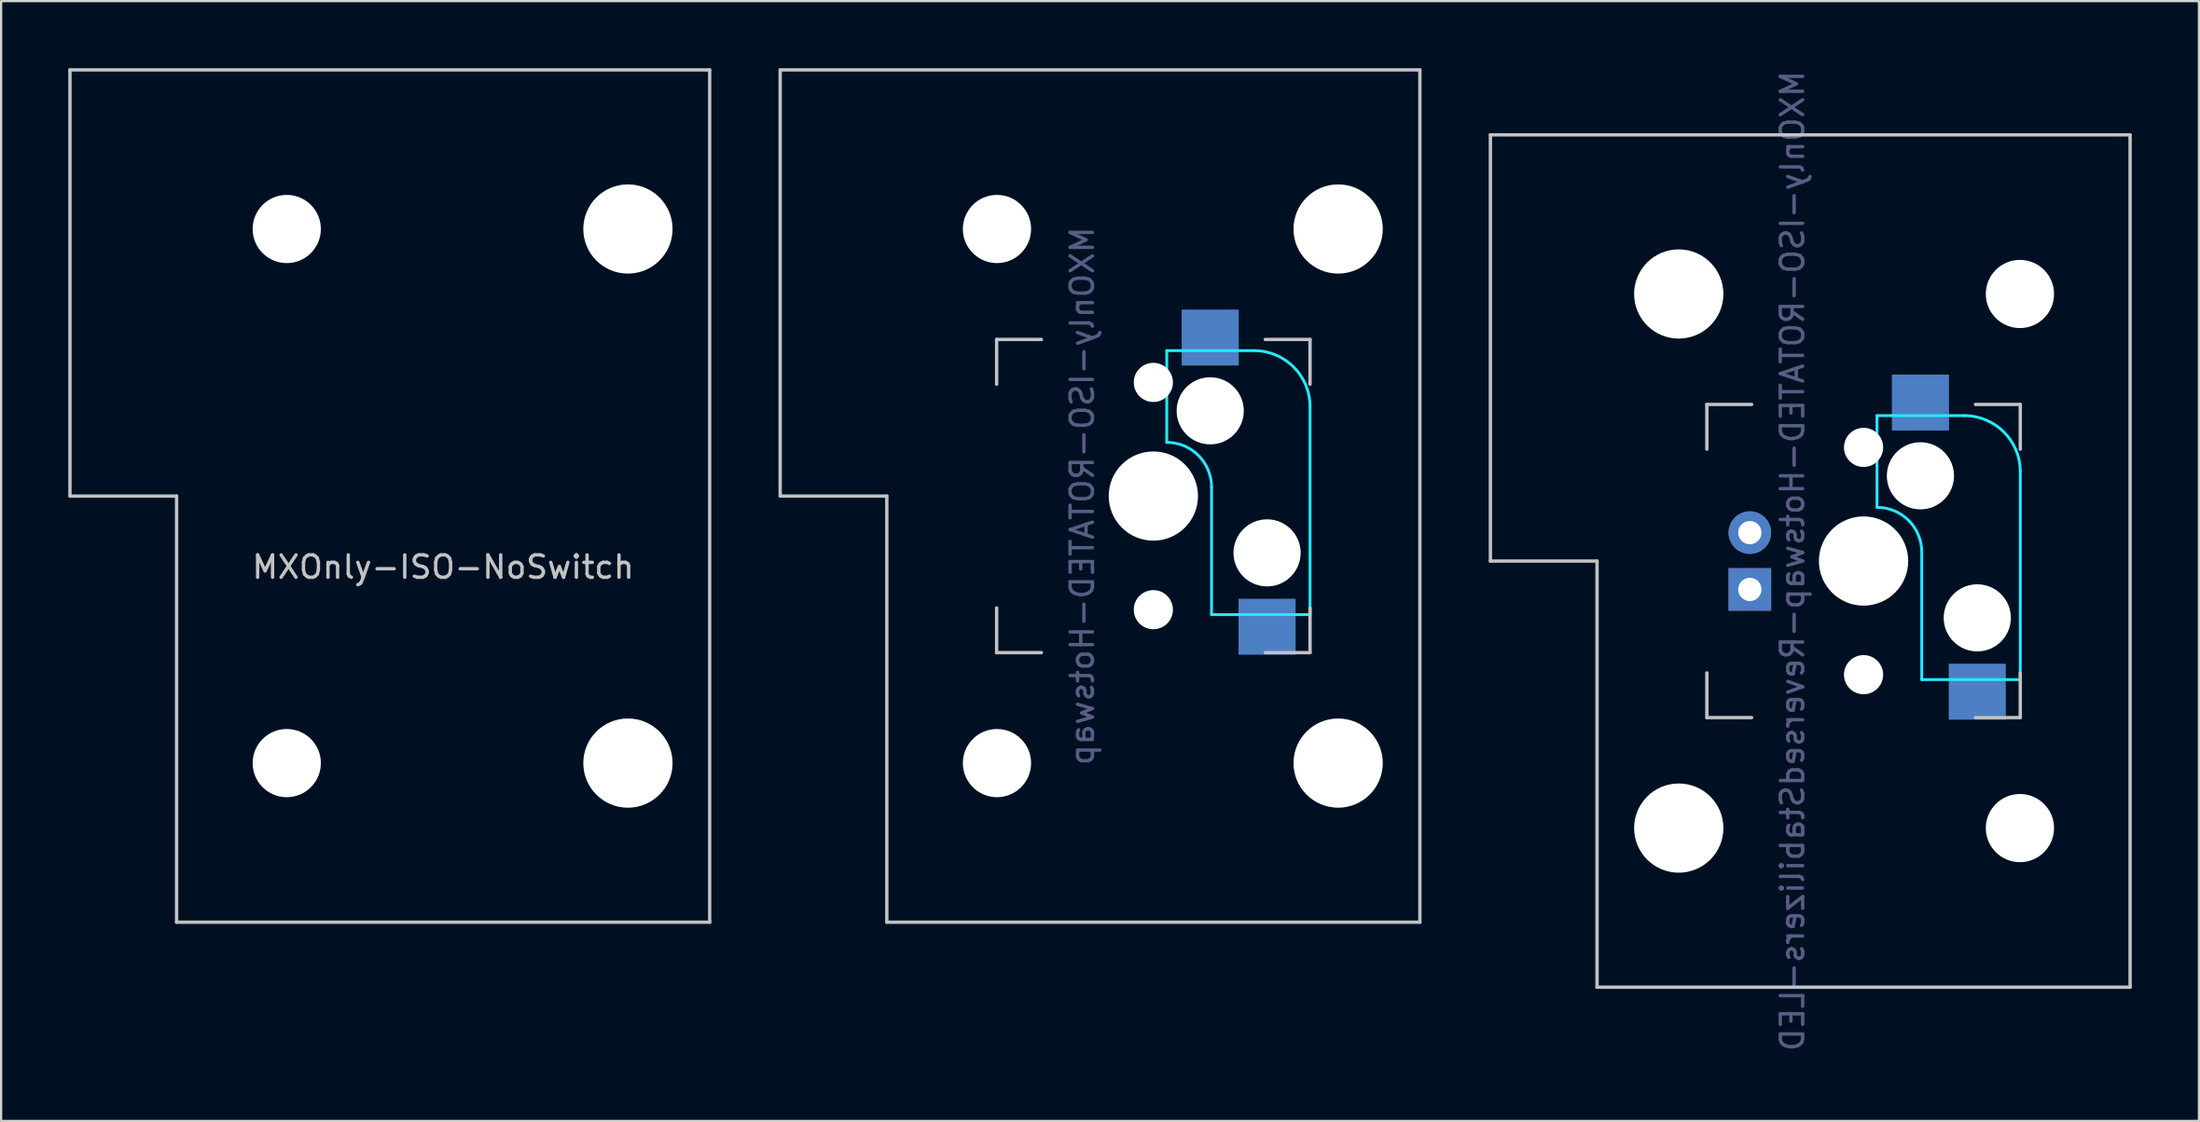
<source format=kicad_pcb>
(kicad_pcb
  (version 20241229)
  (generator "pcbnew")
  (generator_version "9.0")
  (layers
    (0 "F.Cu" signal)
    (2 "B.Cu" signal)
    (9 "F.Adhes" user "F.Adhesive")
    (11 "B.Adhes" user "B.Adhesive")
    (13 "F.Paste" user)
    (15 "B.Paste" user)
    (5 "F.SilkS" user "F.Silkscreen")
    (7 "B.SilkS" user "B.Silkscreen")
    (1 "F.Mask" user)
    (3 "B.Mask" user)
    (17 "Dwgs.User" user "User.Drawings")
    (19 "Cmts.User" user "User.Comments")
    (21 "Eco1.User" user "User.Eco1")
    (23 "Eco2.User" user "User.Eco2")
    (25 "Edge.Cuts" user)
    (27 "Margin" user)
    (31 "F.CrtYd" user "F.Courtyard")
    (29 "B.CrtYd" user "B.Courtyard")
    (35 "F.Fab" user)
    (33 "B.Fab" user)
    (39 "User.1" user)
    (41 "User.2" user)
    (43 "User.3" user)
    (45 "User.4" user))
  (footprint "MXOnly-ISO-NoSwitch"
    (layer "F.Cu")
    (at 16.744 19.125)
    (property "Reference" "MXOnly-ISO-NoSwitch" (at 0 3.175 0) (layer "Dwgs.User") (effects (font (size 1 1) (thickness 0.15))))
    (attr through_hole)
    (fp_line (start -16.669 -19.05) (end -16.669 0) (stroke (width 0.15) (type solid)) (layer "Dwgs.User"))
    (fp_line (start -16.669 -19.05) (end 11.906 -19.05) (stroke (width 0.15) (type solid)) (layer "Dwgs.User"))
    (fp_line (start -11.906 0) (end -16.669 0) (stroke (width 0.15) (type solid)) (layer "Dwgs.User"))
    (fp_line (start -11.906 19.05) (end -11.906 0) (stroke (width 0.15) (type solid)) (layer "Dwgs.User"))
    (fp_line (start -11.906 19.05) (end 11.906 19.05) (stroke (width 0.15) (type solid)) (layer "Dwgs.User"))
    (fp_line (start 11.906 -19.05) (end 11.906 19.05) (stroke (width 0.15) (type solid)) (layer "Dwgs.User"))
    (pad "" np_thru_hole circle (at -6.985 -11.938) (size 3.048 3.048) (drill 3.048) (layers "*.Cu" "*.Mask"))
    (pad "" np_thru_hole circle (at -6.985 11.938) (size 3.048 3.048) (drill 3.048) (layers "*.Cu" "*.Mask"))
    (pad "" np_thru_hole circle (at 8.255 -11.938) (size 3.988 3.988) (drill 3.988) (layers "*.Cu" "*.Mask"))
    (pad "" np_thru_hole circle (at 8.255 11.938) (size 3.988 3.988) (drill 3.988) (layers "*.Cu" "*.Mask")))
  (footprint "MXOnly-ISO-ROTATED-Hotswap-ReversedStabilizers-LED"
    (layer "F.Cu")
    (at 80.194 22.03)
    (property "Reference" "MXOnly-ISO-ROTATED-Hotswap-ReversedStabilizers-LED" (at -3.175 0 90) (layer "B.Fab") (effects (font (size 1 1) (thickness 0.15)) (justify mirror)))
    (attr through_hole)
    (fp_line (start -16.669 -19.05) (end -16.669 0) (stroke (width 0.15) (type solid)) (layer "Dwgs.User"))
    (fp_line (start -16.669 -19.05) (end 11.906 -19.05) (stroke (width 0.15) (type solid)) (layer "Dwgs.User"))
    (fp_line (start -11.906 0) (end -16.669 0) (stroke (width 0.15) (type solid)) (layer "Dwgs.User"))
    (fp_line (start -11.906 19.05) (end -11.906 0) (stroke (width 0.15) (type solid)) (layer "Dwgs.User"))
    (fp_line (start -11.906 19.05) (end 11.906 19.05) (stroke (width 0.15) (type solid)) (layer "Dwgs.User"))
    (fp_line (start -7 -7) (end -7 -5) (stroke (width 0.15) (type solid)) (layer "Dwgs.User"))
    (fp_line (start -7 5) (end -7 7) (stroke (width 0.15) (type solid)) (layer "Dwgs.User"))
    (fp_line (start -7 7) (end -5 7) (stroke (width 0.15) (type solid)) (layer "Dwgs.User"))
    (fp_line (start -5 -7) (end -7 -7) (stroke (width 0.15) (type solid)) (layer "Dwgs.User"))
    (fp_line (start 5 -7) (end 7 -7) (stroke (width 0.15) (type solid)) (layer "Dwgs.User"))
    (fp_line (start 5 7) (end 7 7) (stroke (width 0.15) (type solid)) (layer "Dwgs.User"))
    (fp_line (start 7 -7) (end 7 -5) (stroke (width 0.15) (type solid)) (layer "Dwgs.User"))
    (fp_line (start 7 7) (end 7 5) (stroke (width 0.15) (type solid)) (layer "Dwgs.User"))
    (fp_line (start 11.906 -19.05) (end 11.906 19.05) (stroke (width 0.15) (type solid)) (layer "Dwgs.User"))
    (fp_line (start 0.6 -6.5) (end 0.6 -2.4) (stroke (width 0.127) (type solid)) (layer "B.CrtYd"))
    (fp_line (start 2.6 -0.4) (end 2.6 5.3) (stroke (width 0.127) (type solid)) (layer "B.CrtYd"))
    (fp_line (start 4.5 -6.5) (end 0.6 -6.5) (stroke (width 0.127) (type solid)) (layer "B.CrtYd"))
    (fp_line (start 7 5.3) (end 2.6 5.3) (stroke (width 0.127) (type solid)) (layer "B.CrtYd"))
    (fp_line (start 7 5.3) (end 7 -4) (stroke (width 0.127) (type solid)) (layer "B.CrtYd"))
    (fp_arc (start 0.6 -2.4) (mid 2.014214 -1.814214) (end 2.6 -0.4) (stroke (width 0.127) (type solid)) (layer "B.CrtYd"))
    (fp_arc (start 4.5 -6.5) (mid 6.267767 -5.767767) (end 7 -4) (stroke (width 0.127) (type solid)) (layer "B.CrtYd"))
    (pad "" np_thru_hole circle (at -8.255 -11.938) (size 3.988 3.988) (drill 3.988) (layers "*.Cu" "*.Mask"))
    (pad "" np_thru_hole circle (at -8.255 11.938) (size 3.988 3.988) (drill 3.988) (layers "*.Cu" "*.Mask"))
    (pad "" np_thru_hole circle (at 0 -5.08 48.1) (size 1.75 1.75) (drill 1.75) (layers "*.Cu" "*.Mask"))
    (pad "" np_thru_hole circle (at 0 0) (size 3.988 3.988) (drill 3.988) (layers "*.Cu" "*.Mask"))
    (pad "" np_thru_hole circle (at 0 5.08 48.1) (size 1.75 1.75) (drill 1.75) (layers "*.Cu" "*.Mask"))
    (pad "" np_thru_hole circle (at 2.54 -3.81 270) (size 3 3) (drill 3) (layers "*.Cu" "*.Mask"))
    (pad "" np_thru_hole circle (at 5.08 2.54 270) (size 3 3) (drill 3) (layers "*.Cu" "*.Mask"))
    (pad "" np_thru_hole circle (at 6.985 -11.938) (size 3.048 3.048) (drill 3.048) (layers "*.Cu" "*.Mask"))
    (pad "" np_thru_hole circle (at 6.985 11.938) (size 3.048 3.048) (drill 3.048) (layers "*.Cu" "*.Mask"))
    (pad "1" smd rect (at 2.54 -7.085) (size 2.55 2.5) (layers "B.Cu" "B.Mask" "B.Paste"))
    (pad "2" smd rect (at 5.08 5.842) (size 2.55 2.5) (layers "B.Cu" "B.Mask" "B.Paste"))
    (pad "3" thru_hole circle (at -5.08 -1.27) (size 1.905 1.905) (drill 1.04) (layers "*.Cu" "B.Mask"))
    (pad "4" thru_hole rect (at -5.08 1.27) (size 1.905 1.905) (drill 1.04) (layers "*.Cu" "B.Mask")))
  (footprint "MXOnly-ISO-ROTATED-Hotswap"
    (layer "F.Cu")
    (at 48.469 19.125)
    (property "Reference" "MXOnly-ISO-ROTATED-Hotswap" (at -3.175 0 270) (layer "B.Fab") (effects (font (size 1 1) (thickness 0.15)) (justify mirror)))
    (attr through_hole)
    (fp_line (start -16.669 -19.05) (end -16.669 0) (stroke (width 0.15) (type solid)) (layer "Dwgs.User"))
    (fp_line (start -16.669 -19.05) (end 11.906 -19.05) (stroke (width 0.15) (type solid)) (layer "Dwgs.User"))
    (fp_line (start -11.906 0) (end -16.669 0) (stroke (width 0.15) (type solid)) (layer "Dwgs.User"))
    (fp_line (start -11.906 19.05) (end -11.906 0) (stroke (width 0.15) (type solid)) (layer "Dwgs.User"))
    (fp_line (start -11.906 19.05) (end 11.906 19.05) (stroke (width 0.15) (type solid)) (layer "Dwgs.User"))
    (fp_line (start -7 -7) (end -7 -5) (stroke (width 0.15) (type solid)) (layer "Dwgs.User"))
    (fp_line (start -7 5) (end -7 7) (stroke (width 0.15) (type solid)) (layer "Dwgs.User"))
    (fp_line (start -7 7) (end -5 7) (stroke (width 0.15) (type solid)) (layer "Dwgs.User"))
    (fp_line (start -5 -7) (end -7 -7) (stroke (width 0.15) (type solid)) (layer "Dwgs.User"))
    (fp_line (start 5 -7) (end 7 -7) (stroke (width 0.15) (type solid)) (layer "Dwgs.User"))
    (fp_line (start 5 7) (end 7 7) (stroke (width 0.15) (type solid)) (layer "Dwgs.User"))
    (fp_line (start 7 -7) (end 7 -5) (stroke (width 0.15) (type solid)) (layer "Dwgs.User"))
    (fp_line (start 7 7) (end 7 5) (stroke (width 0.15) (type solid)) (layer "Dwgs.User"))
    (fp_line (start 11.906 -19.05) (end 11.906 19.05) (stroke (width 0.15) (type solid)) (layer "Dwgs.User"))
    (fp_line (start 0.6 -6.5) (end 0.6 -2.4) (stroke (width 0.127) (type solid)) (layer "B.CrtYd"))
    (fp_line (start 2.6 -0.4) (end 2.6 5.3) (stroke (width 0.127) (type solid)) (layer "B.CrtYd"))
    (fp_line (start 4.5 -6.5) (end 0.6 -6.5) (stroke (width 0.127) (type solid)) (layer "B.CrtYd"))
    (fp_line (start 7 5.3) (end 2.6 5.3) (stroke (width 0.127) (type solid)) (layer "B.CrtYd"))
    (fp_line (start 7 5.3) (end 7 -4) (stroke (width 0.127) (type solid)) (layer "B.CrtYd"))
    (fp_arc (start 0.6 -2.4) (mid 2.014214 -1.814214) (end 2.6 -0.4) (stroke (width 0.127) (type solid)) (layer "B.CrtYd"))
    (fp_arc (start 4.5 -6.5) (mid 6.267767 -5.767767) (end 7 -4) (stroke (width 0.127) (type solid)) (layer "B.CrtYd"))
    (pad "" np_thru_hole circle (at -6.985 -11.938) (size 3.048 3.048) (drill 3.048) (layers "*.Cu" "*.Mask"))
    (pad "" np_thru_hole circle (at -6.985 11.938) (size 3.048 3.048) (drill 3.048) (layers "*.Cu" "*.Mask"))
    (pad "" np_thru_hole circle (at 0 -5.08 48.1) (size 1.75 1.75) (drill 1.75) (layers "*.Cu" "*.Mask"))
    (pad "" np_thru_hole circle (at 0 0) (size 3.988 3.988) (drill 3.988) (layers "*.Cu" "*.Mask"))
    (pad "" np_thru_hole circle (at 0 5.08 48.1) (size 1.75 1.75) (drill 1.75) (layers "*.Cu" "*.Mask"))
    (pad "" np_thru_hole circle (at 2.54 -3.81 270) (size 3 3) (drill 3) (layers "*.Cu" "*.Mask"))
    (pad "" np_thru_hole circle (at 5.08 2.54 270) (size 3 3) (drill 3) (layers "*.Cu" "*.Mask"))
    (pad "" np_thru_hole circle (at 8.255 -11.938) (size 3.988 3.988) (drill 3.988) (layers "*.Cu" "*.Mask"))
    (pad "" np_thru_hole circle (at 8.255 11.938) (size 3.988 3.988) (drill 3.988) (layers "*.Cu" "*.Mask"))
    (pad "1" smd rect (at 2.54 -7.085 180) (size 2.55 2.5) (layers "B.Cu" "B.Mask" "B.Paste"))
    (pad "2" smd rect (at 5.08 5.842) (size 2.55 2.5) (layers "B.Cu" "B.Mask" "B.Paste")))
  (gr_rect
    (start -3 -3)
    (end 95.175 47.06)
    (stroke (width 0.1) (type default))
    (fill no)
    (layer "Edge.Cuts")))
</source>
